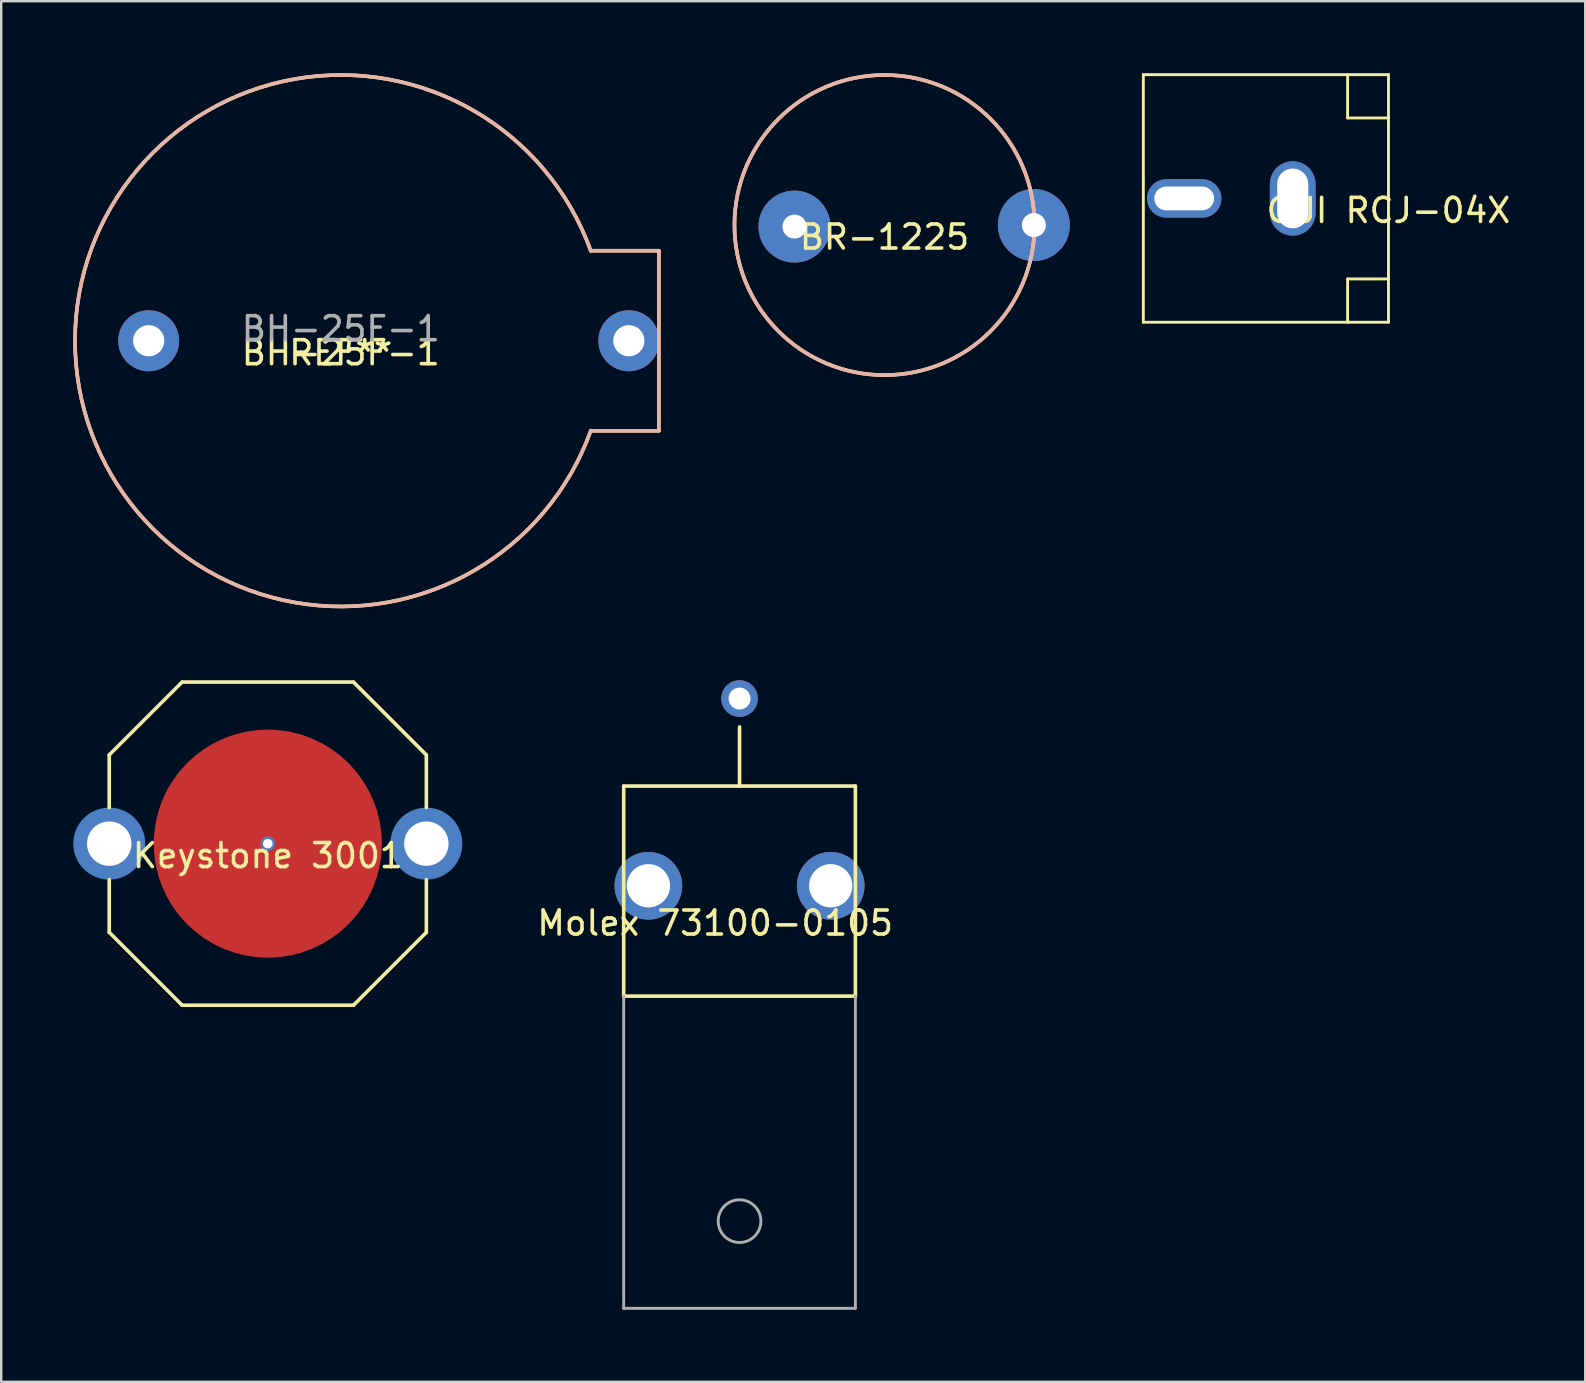
<source format=kicad_pcb>
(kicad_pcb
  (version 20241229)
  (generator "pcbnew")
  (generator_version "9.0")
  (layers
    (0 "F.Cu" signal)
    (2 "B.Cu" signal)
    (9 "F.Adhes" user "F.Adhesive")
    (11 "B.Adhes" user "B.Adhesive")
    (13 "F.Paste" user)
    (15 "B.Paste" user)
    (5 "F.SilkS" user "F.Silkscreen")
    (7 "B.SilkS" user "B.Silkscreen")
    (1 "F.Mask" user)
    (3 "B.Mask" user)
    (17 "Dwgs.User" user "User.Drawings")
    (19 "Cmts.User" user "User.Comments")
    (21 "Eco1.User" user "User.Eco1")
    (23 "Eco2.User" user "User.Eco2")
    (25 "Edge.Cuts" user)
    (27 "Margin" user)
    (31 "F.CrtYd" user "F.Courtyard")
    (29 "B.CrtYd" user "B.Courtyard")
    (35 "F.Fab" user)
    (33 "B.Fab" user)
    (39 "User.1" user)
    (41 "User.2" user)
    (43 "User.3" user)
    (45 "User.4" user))
  (footprint "CUI RCJ-04X"
    (layer "F.Cu")
    (at 54.787 5.216)
    (property "Reference" "CUI RCJ-04X" (at 0 0.5 0) (layer "F.SilkS") (effects (font (size 1 1) (thickness 0.15))))
    (attr through_hole)
    (fp_line (start -10.211 -5.156) (end 0 -5.156) (stroke (width 0.12) (type solid)) (layer "F.SilkS"))
    (fp_line (start -10.211 5.156) (end -10.211 -5.156) (stroke (width 0.12) (type solid)) (layer "F.SilkS"))
    (fp_line (start -10.211 5.156) (end 0 5.156) (stroke (width 0.12) (type solid)) (layer "F.SilkS"))
    (fp_line (start -1.702 -5.156) (end -1.702 -3.353) (stroke (width 0.12) (type solid)) (layer "F.SilkS"))
    (fp_line (start -1.702 -3.353) (end 0 -3.353) (stroke (width 0.12) (type solid)) (layer "F.SilkS"))
    (fp_line (start -1.702 3.353) (end 0 3.353) (stroke (width 0.12) (type solid)) (layer "F.SilkS"))
    (fp_line (start -1.702 5.156) (end -1.702 3.353) (stroke (width 0.12) (type solid)) (layer "F.SilkS"))
    (fp_line (start 0 5.156) (end 0 -5.156) (stroke (width 0.12) (type solid)) (layer "F.SilkS"))
    (pad "1" thru_hole oval (at -8.509 0) (size 3.099 1.6) (drill oval 2.489 0.991) (layers "*.Cu" "*.Mask"))
    (pad "2" thru_hole oval (at -3.988 0) (size 1.905 3.099) (drill oval 1.295 2.489) (layers "*.Cu" "*.Mask")))
  (footprint "BH-25F-1"
    (layer "F.Cu")
    (at 11.144 11.144)
    (property "Reference" "BH-25F-1" (at 0 0.5 0) (layer "F.SilkS") (effects (font (size 1 1) (thickness 0.15))))
    (attr through_hole)
    (fp_line (start 10.414 -3.75) (end 13.25 -3.75) (stroke (width 0.15) (type solid)) (layer "F.SilkS"))
    (fp_line (start 10.414 3.75) (end 13.25 3.75) (stroke (width 0.15) (type solid)) (layer "F.SilkS"))
    (fp_line (start 13.25 -3.75) (end 13.25 3.75) (stroke (width 0.15) (type solid)) (layer "F.SilkS"))
    (fp_arc (start 10.415114 3.746901) (mid -11.068598 0.001647) (end 10.413999 -3.75) (stroke (width 0.15) (type solid)) (layer "F.SilkS"))
    (fp_line (start 10.414 -3.75) (end 13.25 -3.75) (stroke (width 0.15) (type solid)) (layer "B.SilkS"))
    (fp_line (start 10.414 3.75) (end 13.25 3.75) (stroke (width 0.15) (type solid)) (layer "B.SilkS"))
    (fp_line (start 13.25 -3.75) (end 13.25 3.75) (stroke (width 0.15) (type solid)) (layer "B.SilkS"))
    (fp_arc (start 10.414464 3.748708) (mid -11.068598 0.000687) (end 10.413999 -3.75) (stroke (width 0.15) (type solid)) (layer "B.SilkS"))
    (fp_line (start 10.414 -3.75) (end 13.25 -3.75) (stroke (width 0.15) (type solid)) (layer "Eco2.User"))
    (fp_line (start 10.414 3.75) (end 13.25 3.75) (stroke (width 0.15) (type solid)) (layer "Eco2.User"))
    (fp_line (start 13.25 -3.75) (end 13.25 3.75) (stroke (width 0.15) (type solid)) (layer "Eco2.User"))
    (fp_arc (start 10.414464 3.748708) (mid -11.068598 0.000687) (end 10.413999 -3.75) (stroke (width 0.15) (type solid)) (layer "Eco2.User"))
    (fp_text user "REF**" (at 0 0.5 0) (layer "F.SilkS") (effects (font (size 1 1) (thickness 0.15))))
    (fp_text user "BH-25F-1" (at 0 -0.5 0) (layer "F.Fab") (effects (font (size 1 1) (thickness 0.15))))
    (pad "1" thru_hole circle (at -8 0) (size 2.54 2.54) (drill 1.3) (layers "*.Cu" "*.Mask"))
    (pad "1" thru_hole circle (at 12 0) (size 2.54 2.54) (drill 1.3) (layers "*.Cu" "*.Mask")))
  (footprint "BR-1225"
    (layer "F.Cu")
    (at 33.794 6.325)
    (property "Reference" "BR-1225" (at 0 0.5 0) (layer "F.SilkS") (effects (font (size 1 1) (thickness 0.15))))
    (attr through_hole)
    (fp_circle (center 0 0) (end 6.25 0) (stroke (width 0.15) (type solid)) (fill no) (layer "F.SilkS"))
    (fp_circle (center 0 0) (end 6.25 0) (stroke (width 0.15) (type solid)) (fill no) (layer "B.SilkS"))
    (pad "1" thru_hole circle (at 6.223 0) (size 3 3) (drill 1) (layers "*.Cu" "*.Mask"))
    (pad "2" thru_hole circle (at -3.75 0.064) (size 3 3) (drill 1) (layers "*.Cu" "*.Mask")))
  (footprint "Keystone 3001"
    (layer "F.Cu")
    (at 8.105 32.092)
    (property "Reference" "Keystone 3001" (at 0 0.5 0) (layer "F.SilkS") (effects (font (size 1 1) (thickness 0.15))))
    (attr through_hole)
    (fp_circle (center 0 0) (end 2.475 0) (stroke (width 4.55) (type solid)) (fill no) (layer "F.Cu"))
    (fp_circle (center 0 0) (end 2.475 0) (stroke (width 4.55) (type solid)) (fill no) (layer "F.Mask"))
    (fp_circle (center -6.605 0) (end -5.393 0) (stroke (width 0.575) (type solid)) (fill no) (layer "B.Cu"))
    (fp_circle (center 6.605 0) (end 7.817 0) (stroke (width 0.575) (type solid)) (fill no) (layer "B.Cu"))
    (fp_circle (center -6.605 0) (end -5.393 0) (stroke (width 0.575) (type solid)) (fill no) (layer "B.Mask"))
    (fp_circle (center 6.605 0) (end 7.817 0) (stroke (width 0.575) (type solid)) (fill no) (layer "B.Mask"))
    (fp_line (start -6.605 -3.695) (end -3.57 -6.73) (stroke (width 0.15) (type solid)) (layer "F.SilkS"))
    (fp_line (start -6.605 -1.5) (end -6.605 -3.695) (stroke (width 0.15) (type solid)) (layer "F.SilkS"))
    (fp_line (start -6.605 1.5) (end -6.605 3.695) (stroke (width 0.15) (type solid)) (layer "F.SilkS"))
    (fp_line (start -6.605 3.695) (end -3.57 6.73) (stroke (width 0.15) (type solid)) (layer "F.SilkS"))
    (fp_line (start -3.57 -6.73) (end 3.57 -6.73) (stroke (width 0.15) (type solid)) (layer "F.SilkS"))
    (fp_line (start -3.57 6.73) (end 3.57 6.73) (stroke (width 0.15) (type solid)) (layer "F.SilkS"))
    (fp_line (start 6.604 -3.695) (end 3.569 -6.73) (stroke (width 0.15) (type solid)) (layer "F.SilkS"))
    (fp_line (start 6.605 -1.5) (end 6.605 -3.695) (stroke (width 0.15) (type solid)) (layer "F.SilkS"))
    (fp_line (start 6.605 1.5) (end 6.605 3.695) (stroke (width 0.15) (type solid)) (layer "F.SilkS"))
    (fp_line (start 6.605 3.695) (end 3.57 6.73) (stroke (width 0.15) (type solid)) (layer "F.SilkS"))
    (pad "1" thru_hole circle (at -6.605 0) (size 2.35 2.35) (drill 1.85) (layers "*.Cu" "*.Mask"))
    (pad "1" thru_hole circle (at 6.605 0) (size 2.35 2.35) (drill 1.85) (layers "*.Cu" "*.Mask"))
    (pad "2" thru_hole circle (at 0 0) (size 0.6 0.6) (drill 0.4) (layers "*.Cu" "*.Mask")))
  (footprint "Molex 73100-0105"
    (layer "F.Cu")
    (at 27.756 33.847)
    (property "Reference" "Molex 73100-0105" (at -1.016 1.554 0) (layer "F.SilkS") (effects (font (size 1 1) (thickness 0.15))))
    (attr through_hole)
    (fp_line (start -4.826 -4.153) (end -4.826 4.61) (stroke (width 0.15) (type solid)) (layer "F.SilkS"))
    (fp_line (start -4.826 4.597) (end 4.826 4.597) (stroke (width 0.15) (type solid)) (layer "F.SilkS"))
    (fp_line (start 0 -4.153) (end 0 -6.617) (stroke (width 0.15) (type solid)) (layer "F.SilkS"))
    (fp_line (start 4.826 -4.153) (end -4.826 -4.153) (stroke (width 0.15) (type solid)) (layer "F.SilkS"))
    (fp_line (start 4.826 4.61) (end 4.826 -4.153) (stroke (width 0.15) (type solid)) (layer "F.SilkS"))
    (fp_line (start -4.826 17.602) (end -4.826 4.597) (stroke (width 0.12) (type solid)) (layer "F.Fab"))
    (fp_line (start -4.826 17.602) (end 4.826 17.602) (stroke (width 0.12) (type solid)) (layer "F.Fab"))
    (fp_line (start 4.826 4.597) (end 4.826 17.602) (stroke (width 0.12) (type solid)) (layer "F.Fab"))
    (fp_circle (center 0 13.97) (end 0.889 13.97) (stroke (width 0.12) (type solid)) (fill no) (layer "F.Fab"))
    (pad "1" thru_hole circle (at -3.797 0) (size 2.819 2.819) (drill 1.803) (layers "*.Cu" "*.Mask"))
    (pad "1" thru_hole circle (at 3.797 0) (size 2.819 2.819) (drill 1.803) (layers "*.Cu" "*.Mask"))
    (pad "2" thru_hole circle (at 0 -7.798) (size 1.524 1.524) (drill 0.914) (layers "*.Cu" "*.Mask")))
  (gr_rect
    (start -3 -3)
    (end 62.984 54.509)
    (stroke (width 0.1) (type default))
    (fill no)
    (layer "Edge.Cuts")))
</source>
